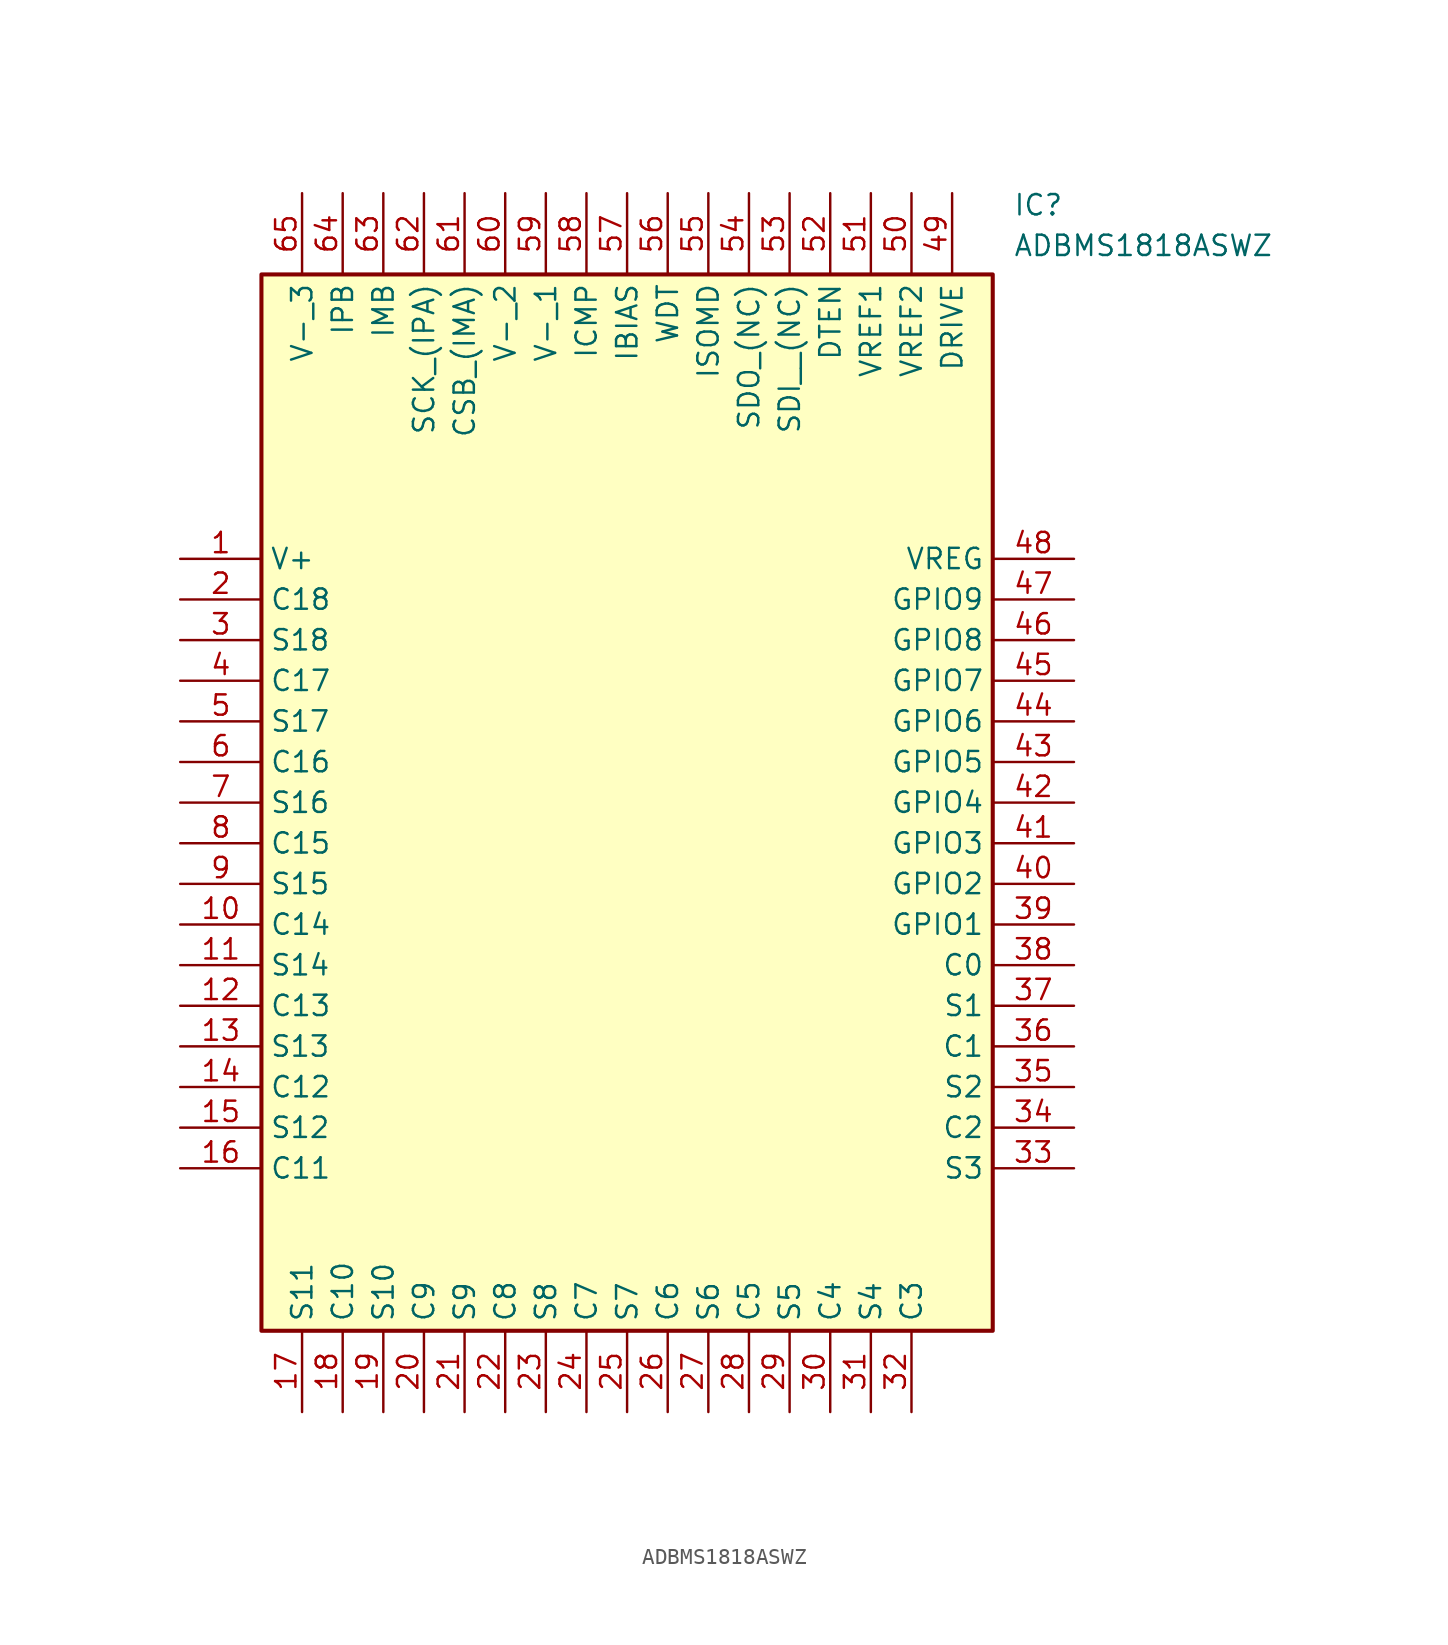
<source format=kicad_sym>
(kicad_symbol_lib
  (version 20211014)
  (generator SamacSys_ECAD_Model)
  (symbol "ADBMS1818ASWZ"
    (property "Reference" "IC"
      (at 52.07 22.86 0)
      (effects (font (size 1.27 1.27)) (justify left top)))
    (property "Value" "ADBMS1818ASWZ"
      (at 52.07 20.32 0)
      (effects (font (size 1.27 1.27)) (justify left top)))
    (rectangle
      (start 5.08 17.78)
      (end 50.8 -48.26)
      (stroke (width 0.254) (type default))
      (fill (type background)))
    (pin passive line
      (at 0 0 0)
      (length 5.08)
      (name "V+" (effects (font (size 1.27 1.27))))
      (number "1" (effects (font (size 1.27 1.27)))))
    (pin passive line
      (at 0 -2.54 0)
      (length 5.08)
      (name "C18" (effects (font (size 1.27 1.27))))
      (number "2" (effects (font (size 1.27 1.27)))))
    (pin passive line
      (at 0 -5.08 0)
      (length 5.08)
      (name "S18" (effects (font (size 1.27 1.27))))
      (number "3" (effects (font (size 1.27 1.27)))))
    (pin passive line
      (at 0 -7.62 0)
      (length 5.08)
      (name "C17" (effects (font (size 1.27 1.27))))
      (number "4" (effects (font (size 1.27 1.27)))))
    (pin passive line
      (at 0 -10.16 0)
      (length 5.08)
      (name "S17" (effects (font (size 1.27 1.27))))
      (number "5" (effects (font (size 1.27 1.27)))))
    (pin passive line
      (at 0 -12.7 0)
      (length 5.08)
      (name "C16" (effects (font (size 1.27 1.27))))
      (number "6" (effects (font (size 1.27 1.27)))))
    (pin passive line
      (at 0 -15.24 0)
      (length 5.08)
      (name "S16" (effects (font (size 1.27 1.27))))
      (number "7" (effects (font (size 1.27 1.27)))))
    (pin passive line
      (at 0 -17.78 0)
      (length 5.08)
      (name "C15" (effects (font (size 1.27 1.27))))
      (number "8" (effects (font (size 1.27 1.27)))))
    (pin passive line
      (at 0 -20.32 0)
      (length 5.08)
      (name "S15" (effects (font (size 1.27 1.27))))
      (number "9" (effects (font (size 1.27 1.27)))))
    (pin passive line
      (at 0 -22.86 0)
      (length 5.08)
      (name "C14" (effects (font (size 1.27 1.27))))
      (number "10" (effects (font (size 1.27 1.27)))))
    (pin passive line
      (at 0 -25.4 0)
      (length 5.08)
      (name "S14" (effects (font (size 1.27 1.27))))
      (number "11" (effects (font (size 1.27 1.27)))))
    (pin passive line
      (at 0 -27.94 0)
      (length 5.08)
      (name "C13" (effects (font (size 1.27 1.27))))
      (number "12" (effects (font (size 1.27 1.27)))))
    (pin passive line
      (at 0 -30.48 0)
      (length 5.08)
      (name "S13" (effects (font (size 1.27 1.27))))
      (number "13" (effects (font (size 1.27 1.27)))))
    (pin passive line
      (at 0 -33.02 0)
      (length 5.08)
      (name "C12" (effects (font (size 1.27 1.27))))
      (number "14" (effects (font (size 1.27 1.27)))))
    (pin passive line
      (at 0 -35.56 0)
      (length 5.08)
      (name "S12" (effects (font (size 1.27 1.27))))
      (number "15" (effects (font (size 1.27 1.27)))))
    (pin passive line
      (at 0 -38.1 0)
      (length 5.08)
      (name "C11" (effects (font (size 1.27 1.27))))
      (number "16" (effects (font (size 1.27 1.27)))))
    (pin passive line
      (at 7.62 -53.34 90)
      (length 5.08)
      (name "S11" (effects (font (size 1.27 1.27))))
      (number "17" (effects (font (size 1.27 1.27)))))
    (pin passive line
      (at 10.16 -53.34 90)
      (length 5.08)
      (name "C10" (effects (font (size 1.27 1.27))))
      (number "18" (effects (font (size 1.27 1.27)))))
    (pin passive line
      (at 12.7 -53.34 90)
      (length 5.08)
      (name "S10" (effects (font (size 1.27 1.27))))
      (number "19" (effects (font (size 1.27 1.27)))))
    (pin passive line
      (at 15.24 -53.34 90)
      (length 5.08)
      (name "C9" (effects (font (size 1.27 1.27))))
      (number "20" (effects (font (size 1.27 1.27)))))
    (pin passive line
      (at 17.78 -53.34 90)
      (length 5.08)
      (name "S9" (effects (font (size 1.27 1.27))))
      (number "21" (effects (font (size 1.27 1.27)))))
    (pin passive line
      (at 20.32 -53.34 90)
      (length 5.08)
      (name "C8" (effects (font (size 1.27 1.27))))
      (number "22" (effects (font (size 1.27 1.27)))))
    (pin passive line
      (at 22.86 -53.34 90)
      (length 5.08)
      (name "S8" (effects (font (size 1.27 1.27))))
      (number "23" (effects (font (size 1.27 1.27)))))
    (pin passive line
      (at 25.4 -53.34 90)
      (length 5.08)
      (name "C7" (effects (font (size 1.27 1.27))))
      (number "24" (effects (font (size 1.27 1.27)))))
    (pin passive line
      (at 27.94 -53.34 90)
      (length 5.08)
      (name "S7" (effects (font (size 1.27 1.27))))
      (number "25" (effects (font (size 1.27 1.27)))))
    (pin passive line
      (at 30.48 -53.34 90)
      (length 5.08)
      (name "C6" (effects (font (size 1.27 1.27))))
      (number "26" (effects (font (size 1.27 1.27)))))
    (pin passive line
      (at 33.02 -53.34 90)
      (length 5.08)
      (name "S6" (effects (font (size 1.27 1.27))))
      (number "27" (effects (font (size 1.27 1.27)))))
    (pin passive line
      (at 35.56 -53.34 90)
      (length 5.08)
      (name "C5" (effects (font (size 1.27 1.27))))
      (number "28" (effects (font (size 1.27 1.27)))))
    (pin passive line
      (at 38.1 -53.34 90)
      (length 5.08)
      (name "S5" (effects (font (size 1.27 1.27))))
      (number "29" (effects (font (size 1.27 1.27)))))
    (pin passive line
      (at 40.64 -53.34 90)
      (length 5.08)
      (name "C4" (effects (font (size 1.27 1.27))))
      (number "30" (effects (font (size 1.27 1.27)))))
    (pin passive line
      (at 43.18 -53.34 90)
      (length 5.08)
      (name "S4" (effects (font (size 1.27 1.27))))
      (number "31" (effects (font (size 1.27 1.27)))))
    (pin passive line
      (at 45.72 -53.34 90)
      (length 5.08)
      (name "C3" (effects (font (size 1.27 1.27))))
      (number "32" (effects (font (size 1.27 1.27)))))
    (pin passive line
      (at 55.88 0 180)
      (length 5.08)
      (name "VREG" (effects (font (size 1.27 1.27))))
      (number "48" (effects (font (size 1.27 1.27)))))
    (pin passive line
      (at 55.88 -2.54 180)
      (length 5.08)
      (name "GPIO9" (effects (font (size 1.27 1.27))))
      (number "47" (effects (font (size 1.27 1.27)))))
    (pin passive line
      (at 55.88 -5.08 180)
      (length 5.08)
      (name "GPIO8" (effects (font (size 1.27 1.27))))
      (number "46" (effects (font (size 1.27 1.27)))))
    (pin passive line
      (at 55.88 -7.62 180)
      (length 5.08)
      (name "GPIO7" (effects (font (size 1.27 1.27))))
      (number "45" (effects (font (size 1.27 1.27)))))
    (pin passive line
      (at 55.88 -10.16 180)
      (length 5.08)
      (name "GPIO6" (effects (font (size 1.27 1.27))))
      (number "44" (effects (font (size 1.27 1.27)))))
    (pin passive line
      (at 55.88 -12.7 180)
      (length 5.08)
      (name "GPIO5" (effects (font (size 1.27 1.27))))
      (number "43" (effects (font (size 1.27 1.27)))))
    (pin passive line
      (at 55.88 -15.24 180)
      (length 5.08)
      (name "GPIO4" (effects (font (size 1.27 1.27))))
      (number "42" (effects (font (size 1.27 1.27)))))
    (pin passive line
      (at 55.88 -17.78 180)
      (length 5.08)
      (name "GPIO3" (effects (font (size 1.27 1.27))))
      (number "41" (effects (font (size 1.27 1.27)))))
    (pin passive line
      (at 55.88 -20.32 180)
      (length 5.08)
      (name "GPIO2" (effects (font (size 1.27 1.27))))
      (number "40" (effects (font (size 1.27 1.27)))))
    (pin passive line
      (at 55.88 -22.86 180)
      (length 5.08)
      (name "GPIO1" (effects (font (size 1.27 1.27))))
      (number "39" (effects (font (size 1.27 1.27)))))
    (pin passive line
      (at 55.88 -25.4 180)
      (length 5.08)
      (name "C0" (effects (font (size 1.27 1.27))))
      (number "38" (effects (font (size 1.27 1.27)))))
    (pin passive line
      (at 55.88 -27.94 180)
      (length 5.08)
      (name "S1" (effects (font (size 1.27 1.27))))
      (number "37" (effects (font (size 1.27 1.27)))))
    (pin passive line
      (at 55.88 -30.48 180)
      (length 5.08)
      (name "C1" (effects (font (size 1.27 1.27))))
      (number "36" (effects (font (size 1.27 1.27)))))
    (pin passive line
      (at 55.88 -33.02 180)
      (length 5.08)
      (name "S2" (effects (font (size 1.27 1.27))))
      (number "35" (effects (font (size 1.27 1.27)))))
    (pin passive line
      (at 55.88 -35.56 180)
      (length 5.08)
      (name "C2" (effects (font (size 1.27 1.27))))
      (number "34" (effects (font (size 1.27 1.27)))))
    (pin passive line
      (at 55.88 -38.1 180)
      (length 5.08)
      (name "S3" (effects (font (size 1.27 1.27))))
      (number "33" (effects (font (size 1.27 1.27)))))
    (pin passive line
      (at 7.62 22.86 270)
      (length 5.08)
      (name "V-_3" (effects (font (size 1.27 1.27))))
      (number "65" (effects (font (size 1.27 1.27)))))
    (pin passive line
      (at 10.16 22.86 270)
      (length 5.08)
      (name "IPB" (effects (font (size 1.27 1.27))))
      (number "64" (effects (font (size 1.27 1.27)))))
    (pin passive line
      (at 12.7 22.86 270)
      (length 5.08)
      (name "IMB" (effects (font (size 1.27 1.27))))
      (number "63" (effects (font (size 1.27 1.27)))))
    (pin passive line
      (at 15.24 22.86 270)
      (length 5.08)
      (name "SCK_(IPA)" (effects (font (size 1.27 1.27))))
      (number "62" (effects (font (size 1.27 1.27)))))
    (pin passive line
      (at 17.78 22.86 270)
      (length 5.08)
      (name "CSB_(IMA)" (effects (font (size 1.27 1.27))))
      (number "61" (effects (font (size 1.27 1.27)))))
    (pin passive line
      (at 20.32 22.86 270)
      (length 5.08)
      (name "V-_2" (effects (font (size 1.27 1.27))))
      (number "60" (effects (font (size 1.27 1.27)))))
    (pin passive line
      (at 22.86 22.86 270)
      (length 5.08)
      (name "V-_1" (effects (font (size 1.27 1.27))))
      (number "59" (effects (font (size 1.27 1.27)))))
    (pin passive line
      (at 25.4 22.86 270)
      (length 5.08)
      (name "ICMP" (effects (font (size 1.27 1.27))))
      (number "58" (effects (font (size 1.27 1.27)))))
    (pin passive line
      (at 27.94 22.86 270)
      (length 5.08)
      (name "IBIAS" (effects (font (size 1.27 1.27))))
      (number "57" (effects (font (size 1.27 1.27)))))
    (pin passive line
      (at 30.48 22.86 270)
      (length 5.08)
      (name "WDT" (effects (font (size 1.27 1.27))))
      (number "56" (effects (font (size 1.27 1.27)))))
    (pin passive line
      (at 33.02 22.86 270)
      (length 5.08)
      (name "ISOMD" (effects (font (size 1.27 1.27))))
      (number "55" (effects (font (size 1.27 1.27)))))
    (pin passive line
      (at 35.56 22.86 270)
      (length 5.08)
      (name "SDO_(NC)" (effects (font (size 1.27 1.27))))
      (number "54" (effects (font (size 1.27 1.27)))))
    (pin passive line
      (at 38.1 22.86 270)
      (length 5.08)
      (name "SDI__(NC)" (effects (font (size 1.27 1.27))))
      (number "53" (effects (font (size 1.27 1.27)))))
    (pin passive line
      (at 40.64 22.86 270)
      (length 5.08)
      (name "DTEN" (effects (font (size 1.27 1.27))))
      (number "52" (effects (font (size 1.27 1.27)))))
    (pin passive line
      (at 43.18 22.86 270)
      (length 5.08)
      (name "VREF1" (effects (font (size 1.27 1.27))))
      (number "51" (effects (font (size 1.27 1.27)))))
    (pin passive line
      (at 45.72 22.86 270)
      (length 5.08)
      (name "VREF2" (effects (font (size 1.27 1.27))))
      (number "50" (effects (font (size 1.27 1.27)))))
    (pin passive line
      (at 48.26 22.86 270)
      (length 5.08)
      (name "DRIVE" (effects (font (size 1.27 1.27))))
      (number "49" (effects (font (size 1.27 1.27)))))))
</source>
